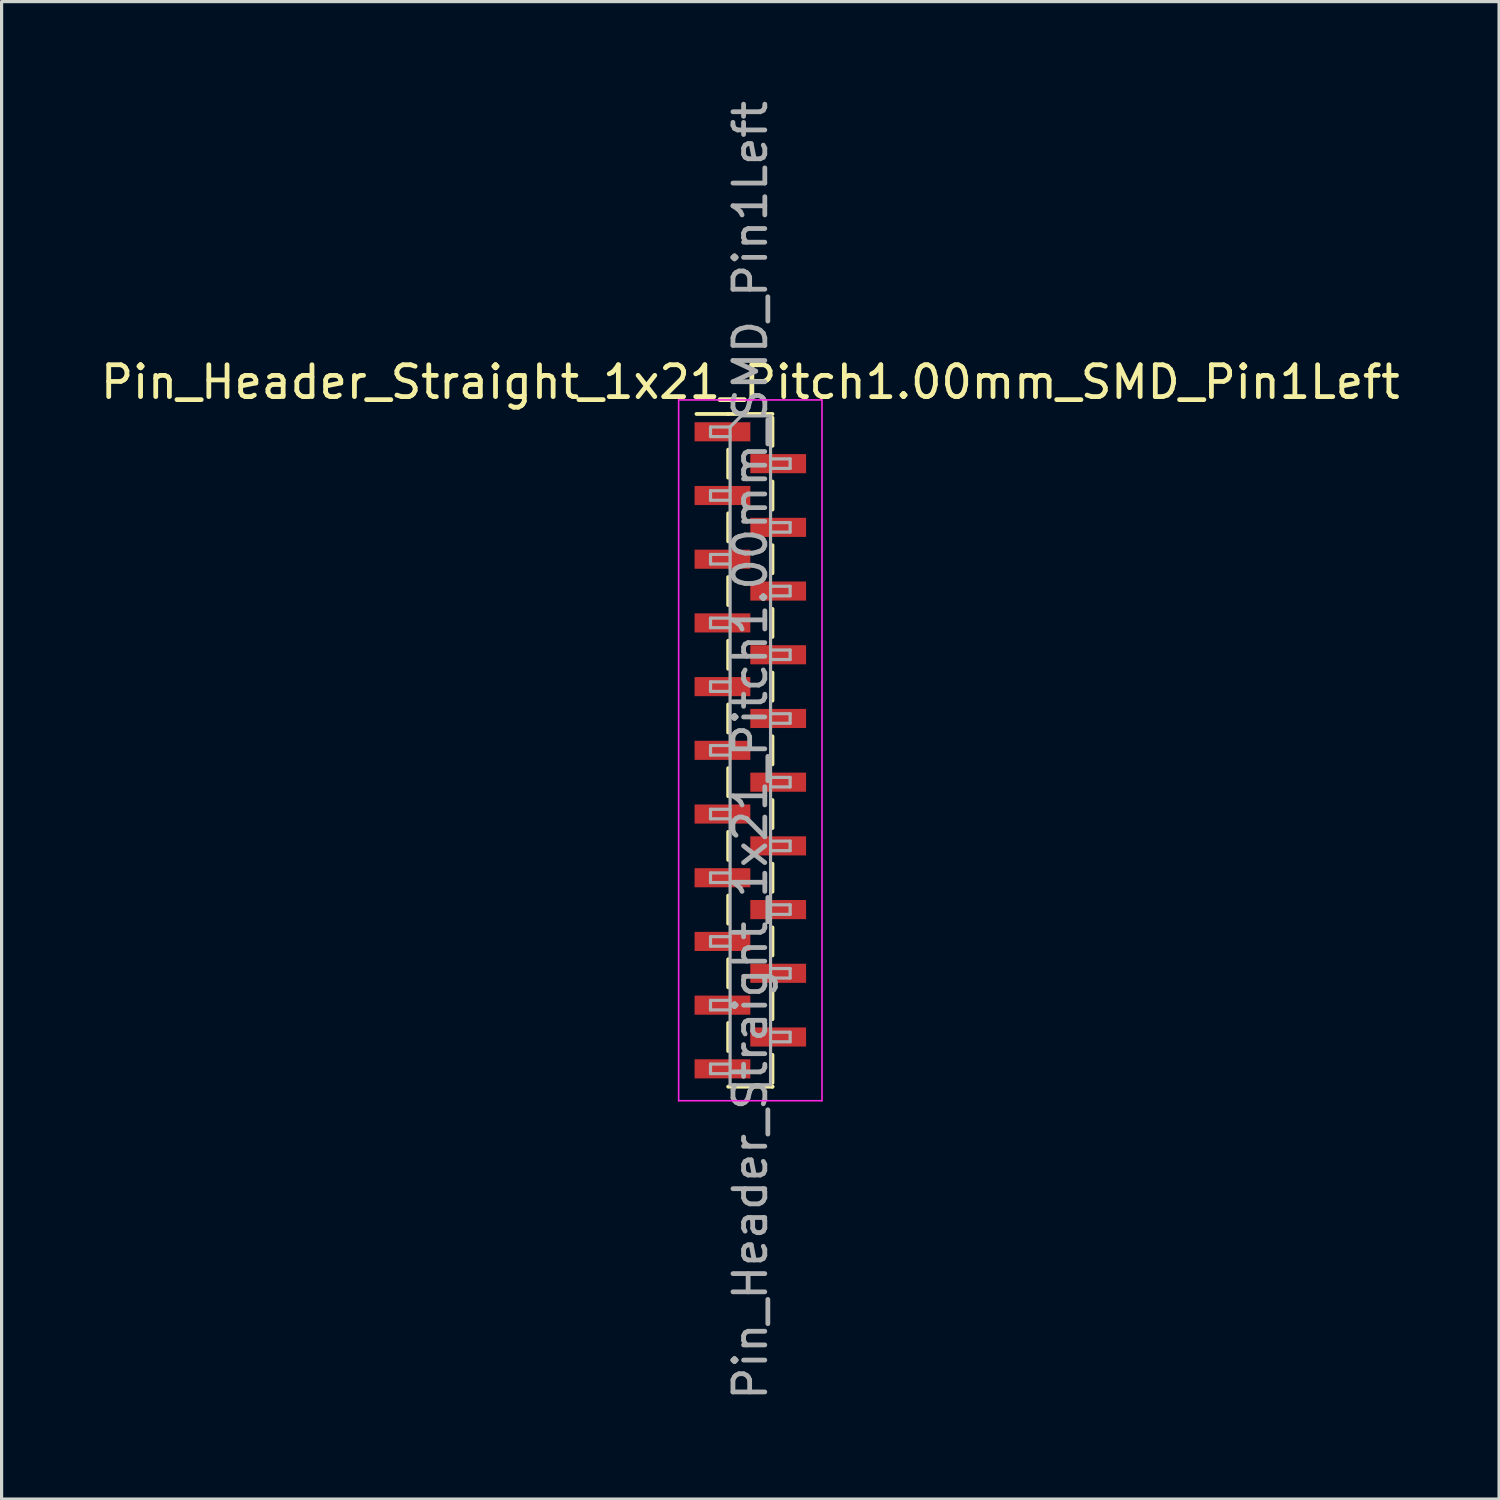
<source format=kicad_pcb>
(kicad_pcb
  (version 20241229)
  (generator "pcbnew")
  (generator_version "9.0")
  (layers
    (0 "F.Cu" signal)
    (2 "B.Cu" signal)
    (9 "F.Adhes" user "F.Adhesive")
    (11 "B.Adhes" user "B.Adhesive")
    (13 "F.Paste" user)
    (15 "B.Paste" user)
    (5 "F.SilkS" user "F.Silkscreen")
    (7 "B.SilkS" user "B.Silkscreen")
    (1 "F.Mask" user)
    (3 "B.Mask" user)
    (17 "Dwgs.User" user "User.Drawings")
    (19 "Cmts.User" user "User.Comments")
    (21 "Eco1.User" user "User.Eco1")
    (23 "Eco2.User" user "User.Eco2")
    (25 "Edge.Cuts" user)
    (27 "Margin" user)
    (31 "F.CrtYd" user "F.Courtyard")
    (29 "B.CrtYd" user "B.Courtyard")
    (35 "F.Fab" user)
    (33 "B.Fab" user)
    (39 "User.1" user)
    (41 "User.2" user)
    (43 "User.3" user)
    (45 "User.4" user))
  (footprint "Pin_Header_Straight_1x21_Pitch1.00mm_SMD_Pin1Left"
    (layer "F.Cu")
    (at 20.506 20.506)
    (property "Reference" "Pin_Header_Straight_1x21_Pitch1.00mm_SMD_Pin1Left" (at 0 -11.56 0) (layer "F.SilkS") (effects (font (size 1 1) (thickness 0.15))))
    (attr smd)
    (fp_line (start -0.695 -10.56) (end -1.69 -10.56) (stroke (width 0.12) (type solid)) (layer "F.SilkS"))
    (fp_line (start -0.695 -10.56) (end -0.695 -10.56) (stroke (width 0.12) (type solid)) (layer "F.SilkS"))
    (fp_line (start -0.695 -10.56) (end 0.695 -10.56) (stroke (width 0.12) (type solid)) (layer "F.SilkS"))
    (fp_line (start -0.695 -9.44) (end -0.695 -8.56) (stroke (width 0.12) (type solid)) (layer "F.SilkS"))
    (fp_line (start -0.695 -7.44) (end -0.695 -6.56) (stroke (width 0.12) (type solid)) (layer "F.SilkS"))
    (fp_line (start -0.695 -5.44) (end -0.695 -4.56) (stroke (width 0.12) (type solid)) (layer "F.SilkS"))
    (fp_line (start -0.695 -3.44) (end -0.695 -2.56) (stroke (width 0.12) (type solid)) (layer "F.SilkS"))
    (fp_line (start -0.695 -1.44) (end -0.695 -0.56) (stroke (width 0.12) (type solid)) (layer "F.SilkS"))
    (fp_line (start -0.695 0.56) (end -0.695 1.44) (stroke (width 0.12) (type solid)) (layer "F.SilkS"))
    (fp_line (start -0.695 2.56) (end -0.695 3.44) (stroke (width 0.12) (type solid)) (layer "F.SilkS"))
    (fp_line (start -0.695 4.56) (end -0.695 5.44) (stroke (width 0.12) (type solid)) (layer "F.SilkS"))
    (fp_line (start -0.695 6.56) (end -0.695 7.44) (stroke (width 0.12) (type solid)) (layer "F.SilkS"))
    (fp_line (start -0.695 8.56) (end -0.695 9.44) (stroke (width 0.12) (type solid)) (layer "F.SilkS"))
    (fp_line (start -0.695 10.56) (end 0.695 10.56) (stroke (width 0.12) (type solid)) (layer "F.SilkS"))
    (fp_line (start 0.695 -10.44) (end 0.695 -9.56) (stroke (width 0.12) (type solid)) (layer "F.SilkS"))
    (fp_line (start 0.695 -8.44) (end 0.695 -7.56) (stroke (width 0.12) (type solid)) (layer "F.SilkS"))
    (fp_line (start 0.695 -6.44) (end 0.695 -5.56) (stroke (width 0.12) (type solid)) (layer "F.SilkS"))
    (fp_line (start 0.695 -4.44) (end 0.695 -3.56) (stroke (width 0.12) (type solid)) (layer "F.SilkS"))
    (fp_line (start 0.695 -2.44) (end 0.695 -1.56) (stroke (width 0.12) (type solid)) (layer "F.SilkS"))
    (fp_line (start 0.695 -0.44) (end 0.695 0.44) (stroke (width 0.12) (type solid)) (layer "F.SilkS"))
    (fp_line (start 0.695 1.56) (end 0.695 2.44) (stroke (width 0.12) (type solid)) (layer "F.SilkS"))
    (fp_line (start 0.695 3.56) (end 0.695 4.44) (stroke (width 0.12) (type solid)) (layer "F.SilkS"))
    (fp_line (start 0.695 5.56) (end 0.695 6.44) (stroke (width 0.12) (type solid)) (layer "F.SilkS"))
    (fp_line (start 0.695 7.56) (end 0.695 8.44) (stroke (width 0.12) (type solid)) (layer "F.SilkS"))
    (fp_line (start 0.695 9.56) (end 0.695 10.44) (stroke (width 0.12) (type solid)) (layer "F.SilkS"))
    (fp_line (start 0.695 10.56) (end 0.695 10.56) (stroke (width 0.12) (type solid)) (layer "F.SilkS"))
    (fp_line (start -2.25 -11) (end -2.25 11) (stroke (width 0.05) (type solid)) (layer "F.CrtYd"))
    (fp_line (start -2.25 11) (end 2.25 11) (stroke (width 0.05) (type solid)) (layer "F.CrtYd"))
    (fp_line (start 2.25 -11) (end -2.25 -11) (stroke (width 0.05) (type solid)) (layer "F.CrtYd"))
    (fp_line (start 2.25 11) (end 2.25 -11) (stroke (width 0.05) (type solid)) (layer "F.CrtYd"))
    (fp_line (start -1.25 -10.15) (end -1.25 -9.85) (stroke (width 0.1) (type solid)) (layer "F.Fab"))
    (fp_line (start -1.25 -9.85) (end -0.635 -9.85) (stroke (width 0.1) (type solid)) (layer "F.Fab"))
    (fp_line (start -1.25 -8.15) (end -1.25 -7.85) (stroke (width 0.1) (type solid)) (layer "F.Fab"))
    (fp_line (start -1.25 -7.85) (end -0.635 -7.85) (stroke (width 0.1) (type solid)) (layer "F.Fab"))
    (fp_line (start -1.25 -6.15) (end -1.25 -5.85) (stroke (width 0.1) (type solid)) (layer "F.Fab"))
    (fp_line (start -1.25 -5.85) (end -0.635 -5.85) (stroke (width 0.1) (type solid)) (layer "F.Fab"))
    (fp_line (start -1.25 -4.15) (end -1.25 -3.85) (stroke (width 0.1) (type solid)) (layer "F.Fab"))
    (fp_line (start -1.25 -3.85) (end -0.635 -3.85) (stroke (width 0.1) (type solid)) (layer "F.Fab"))
    (fp_line (start -1.25 -2.15) (end -1.25 -1.85) (stroke (width 0.1) (type solid)) (layer "F.Fab"))
    (fp_line (start -1.25 -1.85) (end -0.635 -1.85) (stroke (width 0.1) (type solid)) (layer "F.Fab"))
    (fp_line (start -1.25 -0.15) (end -1.25 0.15) (stroke (width 0.1) (type solid)) (layer "F.Fab"))
    (fp_line (start -1.25 0.15) (end -0.635 0.15) (stroke (width 0.1) (type solid)) (layer "F.Fab"))
    (fp_line (start -1.25 1.85) (end -1.25 2.15) (stroke (width 0.1) (type solid)) (layer "F.Fab"))
    (fp_line (start -1.25 2.15) (end -0.635 2.15) (stroke (width 0.1) (type solid)) (layer "F.Fab"))
    (fp_line (start -1.25 3.85) (end -1.25 4.15) (stroke (width 0.1) (type solid)) (layer "F.Fab"))
    (fp_line (start -1.25 4.15) (end -0.635 4.15) (stroke (width 0.1) (type solid)) (layer "F.Fab"))
    (fp_line (start -1.25 5.85) (end -1.25 6.15) (stroke (width 0.1) (type solid)) (layer "F.Fab"))
    (fp_line (start -1.25 6.15) (end -0.635 6.15) (stroke (width 0.1) (type solid)) (layer "F.Fab"))
    (fp_line (start -1.25 7.85) (end -1.25 8.15) (stroke (width 0.1) (type solid)) (layer "F.Fab"))
    (fp_line (start -1.25 8.15) (end -0.635 8.15) (stroke (width 0.1) (type solid)) (layer "F.Fab"))
    (fp_line (start -1.25 9.85) (end -1.25 10.15) (stroke (width 0.1) (type solid)) (layer "F.Fab"))
    (fp_line (start -1.25 10.15) (end -0.635 10.15) (stroke (width 0.1) (type solid)) (layer "F.Fab"))
    (fp_line (start -0.635 -10.15) (end -1.25 -10.15) (stroke (width 0.1) (type solid)) (layer "F.Fab"))
    (fp_line (start -0.635 -10.15) (end -0.285 -10.5) (stroke (width 0.1) (type solid)) (layer "F.Fab"))
    (fp_line (start -0.635 -8.15) (end -1.25 -8.15) (stroke (width 0.1) (type solid)) (layer "F.Fab"))
    (fp_line (start -0.635 -6.15) (end -1.25 -6.15) (stroke (width 0.1) (type solid)) (layer "F.Fab"))
    (fp_line (start -0.635 -4.15) (end -1.25 -4.15) (stroke (width 0.1) (type solid)) (layer "F.Fab"))
    (fp_line (start -0.635 -2.15) (end -1.25 -2.15) (stroke (width 0.1) (type solid)) (layer "F.Fab"))
    (fp_line (start -0.635 -0.15) (end -1.25 -0.15) (stroke (width 0.1) (type solid)) (layer "F.Fab"))
    (fp_line (start -0.635 1.85) (end -1.25 1.85) (stroke (width 0.1) (type solid)) (layer "F.Fab"))
    (fp_line (start -0.635 3.85) (end -1.25 3.85) (stroke (width 0.1) (type solid)) (layer "F.Fab"))
    (fp_line (start -0.635 5.85) (end -1.25 5.85) (stroke (width 0.1) (type solid)) (layer "F.Fab"))
    (fp_line (start -0.635 7.85) (end -1.25 7.85) (stroke (width 0.1) (type solid)) (layer "F.Fab"))
    (fp_line (start -0.635 9.85) (end -1.25 9.85) (stroke (width 0.1) (type solid)) (layer "F.Fab"))
    (fp_line (start -0.635 10.5) (end -0.635 -10.15) (stroke (width 0.1) (type solid)) (layer "F.Fab"))
    (fp_line (start -0.285 -10.5) (end 0.635 -10.5) (stroke (width 0.1) (type solid)) (layer "F.Fab"))
    (fp_line (start 0.635 -10.5) (end 0.635 10.5) (stroke (width 0.1) (type solid)) (layer "F.Fab"))
    (fp_line (start 0.635 -9.15) (end 1.25 -9.15) (stroke (width 0.1) (type solid)) (layer "F.Fab"))
    (fp_line (start 0.635 -7.15) (end 1.25 -7.15) (stroke (width 0.1) (type solid)) (layer "F.Fab"))
    (fp_line (start 0.635 -5.15) (end 1.25 -5.15) (stroke (width 0.1) (type solid)) (layer "F.Fab"))
    (fp_line (start 0.635 -3.15) (end 1.25 -3.15) (stroke (width 0.1) (type solid)) (layer "F.Fab"))
    (fp_line (start 0.635 -1.15) (end 1.25 -1.15) (stroke (width 0.1) (type solid)) (layer "F.Fab"))
    (fp_line (start 0.635 0.85) (end 1.25 0.85) (stroke (width 0.1) (type solid)) (layer "F.Fab"))
    (fp_line (start 0.635 2.85) (end 1.25 2.85) (stroke (width 0.1) (type solid)) (layer "F.Fab"))
    (fp_line (start 0.635 4.85) (end 1.25 4.85) (stroke (width 0.1) (type solid)) (layer "F.Fab"))
    (fp_line (start 0.635 6.85) (end 1.25 6.85) (stroke (width 0.1) (type solid)) (layer "F.Fab"))
    (fp_line (start 0.635 8.85) (end 1.25 8.85) (stroke (width 0.1) (type solid)) (layer "F.Fab"))
    (fp_line (start 0.635 10.5) (end -0.635 10.5) (stroke (width 0.1) (type solid)) (layer "F.Fab"))
    (fp_line (start 1.25 -9.15) (end 1.25 -8.85) (stroke (width 0.1) (type solid)) (layer "F.Fab"))
    (fp_line (start 1.25 -8.85) (end 0.635 -8.85) (stroke (width 0.1) (type solid)) (layer "F.Fab"))
    (fp_line (start 1.25 -7.15) (end 1.25 -6.85) (stroke (width 0.1) (type solid)) (layer "F.Fab"))
    (fp_line (start 1.25 -6.85) (end 0.635 -6.85) (stroke (width 0.1) (type solid)) (layer "F.Fab"))
    (fp_line (start 1.25 -5.15) (end 1.25 -4.85) (stroke (width 0.1) (type solid)) (layer "F.Fab"))
    (fp_line (start 1.25 -4.85) (end 0.635 -4.85) (stroke (width 0.1) (type solid)) (layer "F.Fab"))
    (fp_line (start 1.25 -3.15) (end 1.25 -2.85) (stroke (width 0.1) (type solid)) (layer "F.Fab"))
    (fp_line (start 1.25 -2.85) (end 0.635 -2.85) (stroke (width 0.1) (type solid)) (layer "F.Fab"))
    (fp_line (start 1.25 -1.15) (end 1.25 -0.85) (stroke (width 0.1) (type solid)) (layer "F.Fab"))
    (fp_line (start 1.25 -0.85) (end 0.635 -0.85) (stroke (width 0.1) (type solid)) (layer "F.Fab"))
    (fp_line (start 1.25 0.85) (end 1.25 1.15) (stroke (width 0.1) (type solid)) (layer "F.Fab"))
    (fp_line (start 1.25 1.15) (end 0.635 1.15) (stroke (width 0.1) (type solid)) (layer "F.Fab"))
    (fp_line (start 1.25 2.85) (end 1.25 3.15) (stroke (width 0.1) (type solid)) (layer "F.Fab"))
    (fp_line (start 1.25 3.15) (end 0.635 3.15) (stroke (width 0.1) (type solid)) (layer "F.Fab"))
    (fp_line (start 1.25 4.85) (end 1.25 5.15) (stroke (width 0.1) (type solid)) (layer "F.Fab"))
    (fp_line (start 1.25 5.15) (end 0.635 5.15) (stroke (width 0.1) (type solid)) (layer "F.Fab"))
    (fp_line (start 1.25 6.85) (end 1.25 7.15) (stroke (width 0.1) (type solid)) (layer "F.Fab"))
    (fp_line (start 1.25 7.15) (end 0.635 7.15) (stroke (width 0.1) (type solid)) (layer "F.Fab"))
    (fp_line (start 1.25 8.85) (end 1.25 9.15) (stroke (width 0.1) (type solid)) (layer "F.Fab"))
    (fp_line (start 1.25 9.15) (end 0.635 9.15) (stroke (width 0.1) (type solid)) (layer "F.Fab"))
    (fp_text user "${REFERENCE}" (at 0 0 90) (layer "F.Fab") (effects (font (size 1 1) (thickness 0.15))))
    (pad "1" smd rect (at -0.875 -10) (size 1.75 0.6) (layers "F.Cu" "F.Mask" "F.Paste"))
    (pad "2" smd rect (at 0.875 -9) (size 1.75 0.6) (layers "F.Cu" "F.Mask" "F.Paste"))
    (pad "3" smd rect (at -0.875 -8) (size 1.75 0.6) (layers "F.Cu" "F.Mask" "F.Paste"))
    (pad "4" smd rect (at 0.875 -7) (size 1.75 0.6) (layers "F.Cu" "F.Mask" "F.Paste"))
    (pad "5" smd rect (at -0.875 -6) (size 1.75 0.6) (layers "F.Cu" "F.Mask" "F.Paste"))
    (pad "6" smd rect (at 0.875 -5) (size 1.75 0.6) (layers "F.Cu" "F.Mask" "F.Paste"))
    (pad "7" smd rect (at -0.875 -4) (size 1.75 0.6) (layers "F.Cu" "F.Mask" "F.Paste"))
    (pad "8" smd rect (at 0.875 -3) (size 1.75 0.6) (layers "F.Cu" "F.Mask" "F.Paste"))
    (pad "9" smd rect (at -0.875 -2) (size 1.75 0.6) (layers "F.Cu" "F.Mask" "F.Paste"))
    (pad "10" smd rect (at 0.875 -1) (size 1.75 0.6) (layers "F.Cu" "F.Mask" "F.Paste"))
    (pad "11" smd rect (at -0.875 0) (size 1.75 0.6) (layers "F.Cu" "F.Mask" "F.Paste"))
    (pad "12" smd rect (at 0.875 1) (size 1.75 0.6) (layers "F.Cu" "F.Mask" "F.Paste"))
    (pad "13" smd rect (at -0.875 2) (size 1.75 0.6) (layers "F.Cu" "F.Mask" "F.Paste"))
    (pad "14" smd rect (at 0.875 3) (size 1.75 0.6) (layers "F.Cu" "F.Mask" "F.Paste"))
    (pad "15" smd rect (at -0.875 4) (size 1.75 0.6) (layers "F.Cu" "F.Mask" "F.Paste"))
    (pad "16" smd rect (at 0.875 5) (size 1.75 0.6) (layers "F.Cu" "F.Mask" "F.Paste"))
    (pad "17" smd rect (at -0.875 6) (size 1.75 0.6) (layers "F.Cu" "F.Mask" "F.Paste"))
    (pad "18" smd rect (at 0.875 7) (size 1.75 0.6) (layers "F.Cu" "F.Mask" "F.Paste"))
    (pad "19" smd rect (at -0.875 8) (size 1.75 0.6) (layers "F.Cu" "F.Mask" "F.Paste"))
    (pad "20" smd rect (at 0.875 9) (size 1.75 0.6) (layers "F.Cu" "F.Mask" "F.Paste"))
    (pad "21" smd rect (at -0.875 10) (size 1.75 0.6) (layers "F.Cu" "F.Mask" "F.Paste")))
  (gr_rect
    (start -3 -3)
    (end 44.012 44.012)
    (stroke (width 0.1) (type default))
    (fill no)
    (layer "Edge.Cuts")))
</source>
